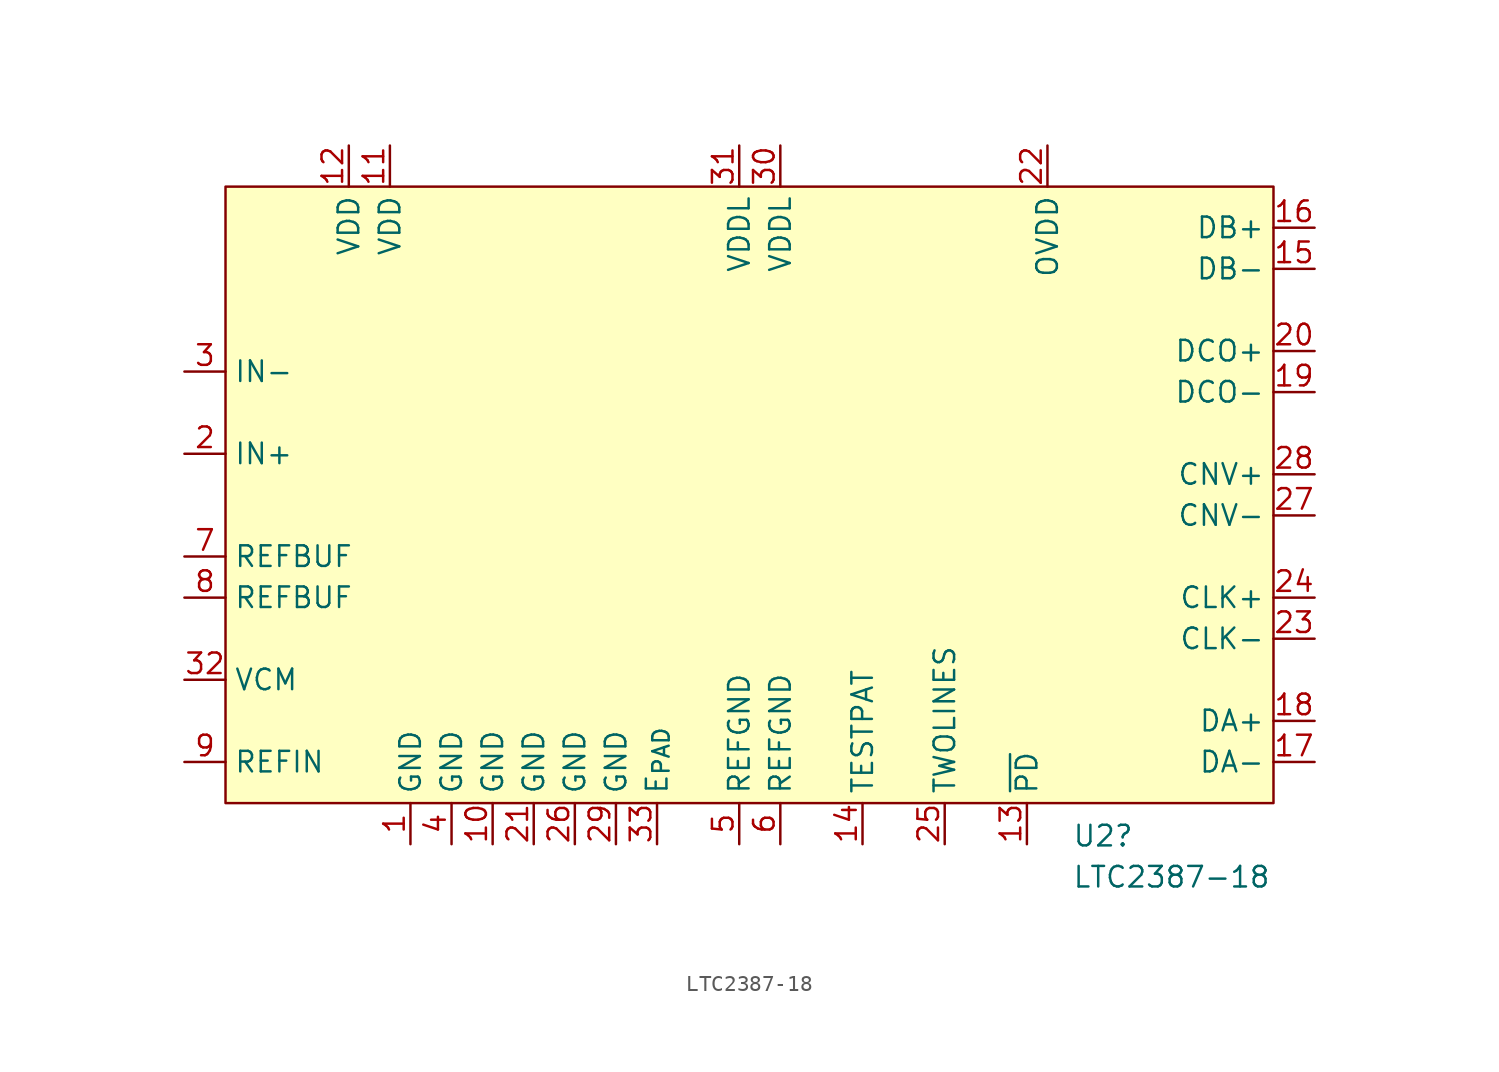
<source format=kicad_sym>
(kicad_symbol_lib
  (version 20241209)
  (generator "kicad_symbol_editor")
  (generator_version "9.0")
  (symbol "LTC2387-18"
    (property "Reference" "U2"
      (at 20.574 -21.082 0)
      (effects (font (size 1.27 1.27)) (justify left)))
    (property "Value" "LTC2387-18"
      (at 20.574 -23.622 0)
      (effects (font (size 1.27 1.27)) (justify left)))
    (symbol "LTC2387-18_1_1"
      (rectangle (start -31.75 19.05) (end 33.02 -19.05) (stroke (width 0) (type default)) (fill (type background)))
      (pin input line (at -34.29 7.62 0) (length 2.54) (name "IN-" (effects (font (size 1.27 1.27)))) (number "3" (effects (font (size 1.27 1.27)))))
      (pin input line (at -34.29 2.54 0) (length 2.54) (name "IN+" (effects (font (size 1.27 1.27)))) (number "2" (effects (font (size 1.27 1.27)))))
      (pin input line (at -34.29 -3.81 0) (length 2.54) (name "REFBUF" (effects (font (size 1.27 1.27)))) (number "7" (effects (font (size 1.27 1.27)))))
      (pin input line (at -34.29 -6.35 0) (length 2.54) (name "REFBUF" (effects (font (size 1.27 1.27)))) (number "8" (effects (font (size 1.27 1.27)))))
      (pin output line (at -34.29 -11.43 0) (length 2.54) (name "VCM" (effects (font (size 1.27 1.27)))) (number "32" (effects (font (size 1.27 1.27)))))
      (pin input line (at -34.29 -16.51 0) (length 2.54) (name "REFIN" (effects (font (size 1.27 1.27)))) (number "9" (effects (font (size 1.27 1.27)))))
      (pin power_in line (at -24.13 21.59 270) (length 2.54) (name "VDD" (effects (font (size 1.27 1.27)))) (number "12" (effects (font (size 1.27 1.27)))))
      (pin power_in line (at -21.59 21.59 270) (length 2.54) (name "VDD" (effects (font (size 1.27 1.27)))) (number "11" (effects (font (size 1.27 1.27)))))
      (pin passive line (at -20.32 -21.59 90) (length 2.54) (name "GND" (effects (font (size 1.27 1.27)))) (number "1" (effects (font (size 1.27 1.27)))))
      (pin passive line (at -17.78 -21.59 90) (length 2.54) (name "GND" (effects (font (size 1.27 1.27)))) (number "4" (effects (font (size 1.27 1.27)))))
      (pin passive line (at -15.24 -21.59 90) (length 2.54) (name "GND" (effects (font (size 1.27 1.27)))) (number "10" (effects (font (size 1.27 1.27)))))
      (pin passive line (at -12.7 -21.59 90) (length 2.54) (name "GND" (effects (font (size 1.27 1.27)))) (number "21" (effects (font (size 1.27 1.27)))))
      (pin passive line (at -10.16 -21.59 90) (length 2.54) (name "GND" (effects (font (size 1.27 1.27)))) (number "26" (effects (font (size 1.27 1.27)))))
      (pin passive line (at -7.62 -21.59 90) (length 2.54) (name "GND" (effects (font (size 1.27 1.27)))) (number "29" (effects (font (size 1.27 1.27)))))
      (pin passive line (at -5.08 -21.59 90) (length 2.54) (name "E_{PAD}" (effects (font (size 1.27 1.27)))) (number "33" (effects (font (size 1.27 1.27)))))
      (pin power_in line (at 0 21.59 270) (length 2.54) (name "VDDL" (effects (font (size 1.27 1.27)))) (number "31" (effects (font (size 1.27 1.27)))))
      (pin passive line (at 0 -21.59 90) (length 2.54) (name "REFGND" (effects (font (size 1.27 1.27)))) (number "5" (effects (font (size 1.27 1.27)))))
      (pin power_in line (at 2.54 21.59 270) (length 2.54) (name "VDDL" (effects (font (size 1.27 1.27)))) (number "30" (effects (font (size 1.27 1.27)))))
      (pin passive line (at 2.54 -21.59 90) (length 2.54) (name "REFGND" (effects (font (size 1.27 1.27)))) (number "6" (effects (font (size 1.27 1.27)))))
      (pin input line (at 7.62 -21.59 90) (length 2.54) (name "TESTPAT" (effects (font (size 1.27 1.27)))) (number "14" (effects (font (size 1.27 1.27)))))
      (pin input line (at 12.7 -21.59 90) (length 2.54) (name "TWOLINES" (effects (font (size 1.27 1.27)))) (number "25" (effects (font (size 1.27 1.27)))))
      (pin input line (at 17.78 -21.59 90) (length 2.54) (name "~{PD}" (effects (font (size 1.27 1.27)))) (number "13" (effects (font (size 1.27 1.27)))))
      (pin power_in line (at 19.05 21.59 270) (length 2.54) (name "OVDD" (effects (font (size 1.27 1.27)))) (number "22" (effects (font (size 1.27 1.27)))))
      (pin output line (at 35.56 16.51 180) (length 2.54) (name "DB+" (effects (font (size 1.27 1.27)))) (number "16" (effects (font (size 1.27 1.27)))))
      (pin output line (at 35.56 13.97 180) (length 2.54) (name "DB-" (effects (font (size 1.27 1.27)))) (number "15" (effects (font (size 1.27 1.27)))))
      (pin output line (at 35.56 8.89 180) (length 2.54) (name "DCO+" (effects (font (size 1.27 1.27)))) (number "20" (effects (font (size 1.27 1.27)))))
      (pin output line (at 35.56 6.35 180) (length 2.54) (name "DCO-" (effects (font (size 1.27 1.27)))) (number "19" (effects (font (size 1.27 1.27)))))
      (pin output line (at 35.56 1.27 180) (length 2.54) (name "CNV+" (effects (font (size 1.27 1.27)))) (number "28" (effects (font (size 1.27 1.27)))))
      (pin output line (at 35.56 -1.27 180) (length 2.54) (name "CNV-" (effects (font (size 1.27 1.27)))) (number "27" (effects (font (size 1.27 1.27)))))
      (pin input line (at 35.56 -6.35 180) (length 2.54) (name "CLK+" (effects (font (size 1.27 1.27)))) (number "24" (effects (font (size 1.27 1.27)))))
      (pin input line (at 35.56 -8.89 180) (length 2.54) (name "CLK-" (effects (font (size 1.27 1.27)))) (number "23" (effects (font (size 1.27 1.27)))))
      (pin output line (at 35.56 -13.97 180) (length 2.54) (name "DA+" (effects (font (size 1.27 1.27)))) (number "18" (effects (font (size 1.27 1.27)))))
      (pin output line (at 35.56 -16.51 180) (length 2.54) (name "DA-" (effects (font (size 1.27 1.27)))) (number "17" (effects (font (size 1.27 1.27))))))))
</source>
